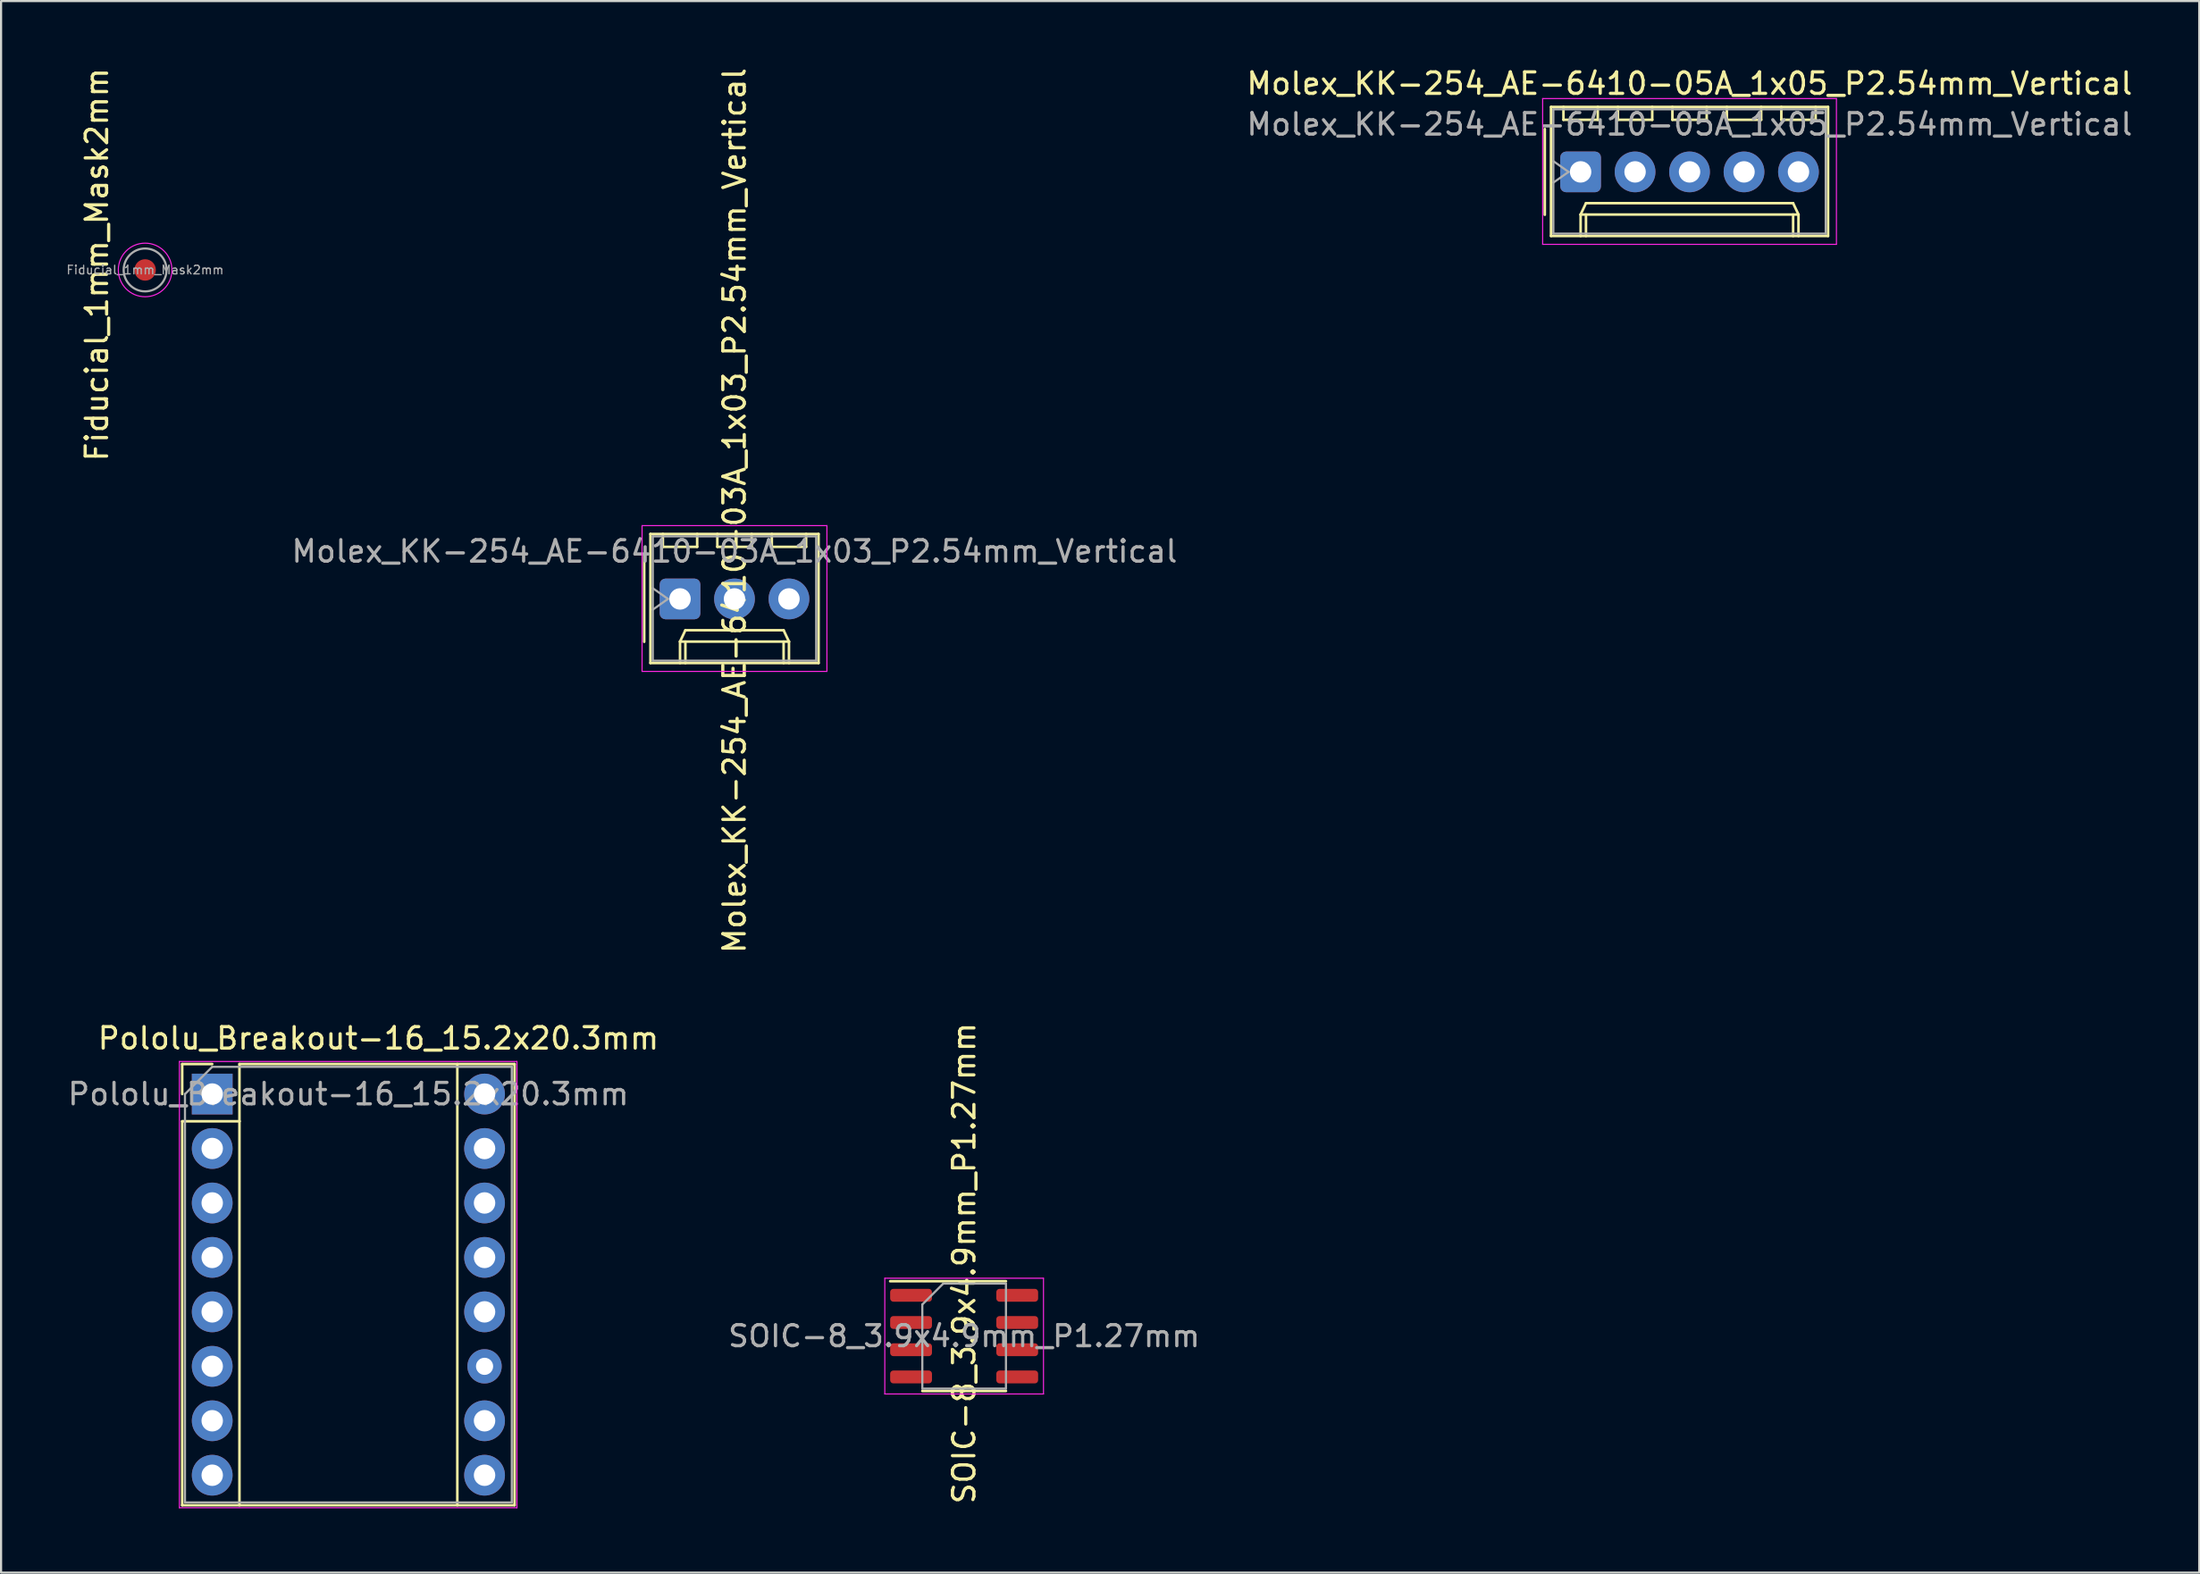
<source format=kicad_pcb>
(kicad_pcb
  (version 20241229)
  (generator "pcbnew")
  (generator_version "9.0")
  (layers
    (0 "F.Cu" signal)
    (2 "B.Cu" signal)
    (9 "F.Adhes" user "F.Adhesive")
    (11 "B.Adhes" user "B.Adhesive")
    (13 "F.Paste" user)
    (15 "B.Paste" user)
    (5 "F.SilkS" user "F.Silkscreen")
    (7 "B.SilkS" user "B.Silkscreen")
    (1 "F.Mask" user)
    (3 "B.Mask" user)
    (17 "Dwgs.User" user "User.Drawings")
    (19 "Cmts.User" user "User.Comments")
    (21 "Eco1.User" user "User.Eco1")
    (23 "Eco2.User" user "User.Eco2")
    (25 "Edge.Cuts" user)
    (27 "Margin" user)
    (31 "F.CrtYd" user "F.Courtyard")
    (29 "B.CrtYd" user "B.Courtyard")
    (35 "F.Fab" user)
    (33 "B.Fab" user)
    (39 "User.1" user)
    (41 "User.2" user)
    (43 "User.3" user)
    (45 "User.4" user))
  (footprint "SOIC-8_3.9x4.9mm_P1.27mm"
    (layer "F.Cu")
    (at 41.91 59.275)
    (property "Reference" "SOIC-8_3.9x4.9mm_P1.27mm" (at 0 -3.4 270) (layer "F.SilkS") (effects (font (size 1 1) (thickness 0.15))))
    (attr smd)
    (fp_line (start 0 -2.56) (end -3.45 -2.56) (stroke (width 0.12) (type solid)) (layer "F.SilkS"))
    (fp_line (start 0 -2.56) (end 1.95 -2.56) (stroke (width 0.12) (type solid)) (layer "F.SilkS"))
    (fp_line (start 0 2.56) (end -1.95 2.56) (stroke (width 0.12) (type solid)) (layer "F.SilkS"))
    (fp_line (start 0 2.56) (end 1.95 2.56) (stroke (width 0.12) (type solid)) (layer "F.SilkS"))
    (fp_line (start -3.7 -2.7) (end -3.7 2.7) (stroke (width 0.05) (type solid)) (layer "F.CrtYd"))
    (fp_line (start -3.7 2.7) (end 3.7 2.7) (stroke (width 0.05) (type solid)) (layer "F.CrtYd"))
    (fp_line (start 3.7 -2.7) (end -3.7 -2.7) (stroke (width 0.05) (type solid)) (layer "F.CrtYd"))
    (fp_line (start 3.7 2.7) (end 3.7 -2.7) (stroke (width 0.05) (type solid)) (layer "F.CrtYd"))
    (fp_line (start -1.95 -1.475) (end -0.975 -2.45) (stroke (width 0.1) (type solid)) (layer "F.Fab"))
    (fp_line (start -1.95 2.45) (end -1.95 -1.475) (stroke (width 0.1) (type solid)) (layer "F.Fab"))
    (fp_line (start -0.975 -2.45) (end 1.95 -2.45) (stroke (width 0.1) (type solid)) (layer "F.Fab"))
    (fp_line (start 1.95 -2.45) (end 1.95 2.45) (stroke (width 0.1) (type solid)) (layer "F.Fab"))
    (fp_line (start 1.95 2.45) (end -1.95 2.45) (stroke (width 0.1) (type solid)) (layer "F.Fab"))
    (fp_text user "${REFERENCE}" (at 0 0 0) (layer "F.Fab") (effects (font (size 0.98 0.98) (thickness 0.15))))
    (pad "1" smd roundrect (at -2.475 -1.905) (size 1.95 0.6) (layers "F.Cu" "F.Mask" "F.Paste") (roundrect_rratio 0.25))
    (pad "2" smd roundrect (at -2.475 -0.635) (size 1.95 0.6) (layers "F.Cu" "F.Mask" "F.Paste") (roundrect_rratio 0.25))
    (pad "3" smd roundrect (at -2.475 0.635) (size 1.95 0.6) (layers "F.Cu" "F.Mask" "F.Paste") (roundrect_rratio 0.25))
    (pad "4" smd roundrect (at -2.475 1.905) (size 1.95 0.6) (layers "F.Cu" "F.Mask" "F.Paste") (roundrect_rratio 0.25))
    (pad "5" smd roundrect (at 2.475 1.905) (size 1.95 0.6) (layers "F.Cu" "F.Mask" "F.Paste") (roundrect_rratio 0.25))
    (pad "6" smd roundrect (at 2.475 0.635) (size 1.95 0.6) (layers "F.Cu" "F.Mask" "F.Paste") (roundrect_rratio 0.25))
    (pad "7" smd roundrect (at 2.475 -0.635) (size 1.95 0.6) (layers "F.Cu" "F.Mask" "F.Paste") (roundrect_rratio 0.25))
    (pad "8" smd roundrect (at 2.475 -1.905) (size 1.95 0.6) (layers "F.Cu" "F.Mask" "F.Paste") (roundrect_rratio 0.25)))
  (footprint "Molex_KK-254_AE-6410-05A_1x05_P2.54mm_Vertical"
    (layer "F.Cu")
    (at 70.657 4.968)
    (property "Reference" "Molex_KK-254_AE-6410-05A_1x05_P2.54mm_Vertical" (at 5.08 -4.12 180) (layer "F.SilkS") (effects (font (size 1 1) (thickness 0.15))))
    (attr through_hole)
    (fp_line (start -1.67 -2) (end -1.67 2) (stroke (width 0.12) (type solid)) (layer "F.SilkS"))
    (fp_line (start -1.38 -3.03) (end -1.38 2.99) (stroke (width 0.12) (type solid)) (layer "F.SilkS"))
    (fp_line (start -1.38 2.99) (end 11.54 2.99) (stroke (width 0.12) (type solid)) (layer "F.SilkS"))
    (fp_line (start -0.8 -3.03) (end -0.8 -2.43) (stroke (width 0.12) (type solid)) (layer "F.SilkS"))
    (fp_line (start -0.8 -2.43) (end 0.8 -2.43) (stroke (width 0.12) (type solid)) (layer "F.SilkS"))
    (fp_line (start 0 1.99) (end 0.25 1.46) (stroke (width 0.12) (type solid)) (layer "F.SilkS"))
    (fp_line (start 0 1.99) (end 10.16 1.99) (stroke (width 0.12) (type solid)) (layer "F.SilkS"))
    (fp_line (start 0 2.99) (end 0 1.99) (stroke (width 0.12) (type solid)) (layer "F.SilkS"))
    (fp_line (start 0.25 1.46) (end 9.91 1.46) (stroke (width 0.12) (type solid)) (layer "F.SilkS"))
    (fp_line (start 0.25 2.99) (end 0.25 1.99) (stroke (width 0.12) (type solid)) (layer "F.SilkS"))
    (fp_line (start 0.8 -2.43) (end 0.8 -3.03) (stroke (width 0.12) (type solid)) (layer "F.SilkS"))
    (fp_line (start 1.74 -3.03) (end 1.74 -2.43) (stroke (width 0.12) (type solid)) (layer "F.SilkS"))
    (fp_line (start 1.74 -2.43) (end 3.34 -2.43) (stroke (width 0.12) (type solid)) (layer "F.SilkS"))
    (fp_line (start 3.34 -2.43) (end 3.34 -3.03) (stroke (width 0.12) (type solid)) (layer "F.SilkS"))
    (fp_line (start 4.28 -3.03) (end 4.28 -2.43) (stroke (width 0.12) (type solid)) (layer "F.SilkS"))
    (fp_line (start 4.28 -2.43) (end 5.88 -2.43) (stroke (width 0.12) (type solid)) (layer "F.SilkS"))
    (fp_line (start 5.88 -2.43) (end 5.88 -3.03) (stroke (width 0.12) (type solid)) (layer "F.SilkS"))
    (fp_line (start 6.82 -3.03) (end 6.82 -2.43) (stroke (width 0.12) (type solid)) (layer "F.SilkS"))
    (fp_line (start 6.82 -2.43) (end 8.42 -2.43) (stroke (width 0.12) (type solid)) (layer "F.SilkS"))
    (fp_line (start 8.42 -2.43) (end 8.42 -3.03) (stroke (width 0.12) (type solid)) (layer "F.SilkS"))
    (fp_line (start 9.36 -3.03) (end 9.36 -2.43) (stroke (width 0.12) (type solid)) (layer "F.SilkS"))
    (fp_line (start 9.36 -2.43) (end 10.96 -2.43) (stroke (width 0.12) (type solid)) (layer "F.SilkS"))
    (fp_line (start 9.91 1.46) (end 10.16 1.99) (stroke (width 0.12) (type solid)) (layer "F.SilkS"))
    (fp_line (start 9.91 2.99) (end 9.91 1.99) (stroke (width 0.12) (type solid)) (layer "F.SilkS"))
    (fp_line (start 10.16 1.99) (end 10.16 2.99) (stroke (width 0.12) (type solid)) (layer "F.SilkS"))
    (fp_line (start 10.96 -2.43) (end 10.96 -3.03) (stroke (width 0.12) (type solid)) (layer "F.SilkS"))
    (fp_line (start 11.54 -3.03) (end -1.38 -3.03) (stroke (width 0.12) (type solid)) (layer "F.SilkS"))
    (fp_line (start 11.54 2.99) (end 11.54 -3.03) (stroke (width 0.12) (type solid)) (layer "F.SilkS"))
    (fp_line (start -1.77 -3.42) (end -1.77 3.38) (stroke (width 0.05) (type solid)) (layer "F.CrtYd"))
    (fp_line (start -1.77 3.38) (end 11.93 3.38) (stroke (width 0.05) (type solid)) (layer "F.CrtYd"))
    (fp_line (start 11.93 -3.42) (end -1.77 -3.42) (stroke (width 0.05) (type solid)) (layer "F.CrtYd"))
    (fp_line (start 11.93 3.38) (end 11.93 -3.42) (stroke (width 0.05) (type solid)) (layer "F.CrtYd"))
    (fp_line (start -1.27 -2.92) (end -1.27 2.88) (stroke (width 0.1) (type solid)) (layer "F.Fab"))
    (fp_line (start -1.27 -0.5) (end -0.563 0) (stroke (width 0.1) (type solid)) (layer "F.Fab"))
    (fp_line (start -1.27 2.88) (end 11.43 2.88) (stroke (width 0.1) (type solid)) (layer "F.Fab"))
    (fp_line (start -0.563 0) (end -1.27 0.5) (stroke (width 0.1) (type solid)) (layer "F.Fab"))
    (fp_line (start 11.43 -2.92) (end -1.27 -2.92) (stroke (width 0.1) (type solid)) (layer "F.Fab"))
    (fp_line (start 11.43 2.88) (end 11.43 -2.92) (stroke (width 0.1) (type solid)) (layer "F.Fab"))
    (fp_text user "${REFERENCE}" (at 5.08 -2.22 180) (layer "F.Fab") (effects (font (size 1 1) (thickness 0.15))))
    (pad "1" thru_hole roundrect (at 0 0) (size 1.9 1.9) (drill 1) (layers "*.Cu" "*.Mask") (roundrect_rratio 0.144))
    (pad "2" thru_hole oval (at 2.54 0) (size 1.9 1.9) (drill 1) (layers "*.Cu" "*.Mask"))
    (pad "3" thru_hole oval (at 5.08 0) (size 1.9 1.9) (drill 1) (layers "*.Cu" "*.Mask"))
    (pad "4" thru_hole oval (at 7.62 0) (size 1.9 1.9) (drill 1) (layers "*.Cu" "*.Mask"))
    (pad "5" thru_hole oval (at 10.16 0) (size 1.9 1.9) (drill 1) (layers "*.Cu" "*.Mask")))
  (footprint "Fiducial_1mm_Mask2mm"
    (layer "F.Cu")
    (at 3.717 9.542)
    (property "Reference" "Fiducial_1mm_Mask2mm" (at -2.25 -0.25 90) (layer "F.SilkS") (effects (font (size 1 1) (thickness 0.15))))
    (attr smd)
    (fp_circle (center 0 0) (end 1.25 0) (stroke (width 0.05) (type solid)) (fill no) (layer "F.CrtYd"))
    (fp_circle (center 0 0) (end 1 0) (stroke (width 0.1) (type solid)) (fill no) (layer "F.Fab"))
    (fp_text user "${REFERENCE}" (at 0 0 0) (layer "F.Fab") (effects (font (size 0.4 0.4) (thickness 0.06))))
    (pad "" smd circle (at 0 0) (size 1 1) (layers "F.Cu" "F.Mask")))
  (footprint "Molex_KK-254_AE-6410-03A_1x03_P2.54mm_Vertical"
    (layer "F.Cu")
    (at 28.661 24.888)
    (property "Reference" "Molex_KK-254_AE-6410-03A_1x03_P2.54mm_Vertical" (at 2.54 -4.12 90) (layer "F.SilkS") (effects (font (size 1 1) (thickness 0.15))))
    (attr through_hole)
    (fp_line (start -1.67 -2) (end -1.67 2) (stroke (width 0.12) (type solid)) (layer "F.SilkS"))
    (fp_line (start -1.38 -3.03) (end -1.38 2.99) (stroke (width 0.12) (type solid)) (layer "F.SilkS"))
    (fp_line (start -1.38 2.99) (end 6.46 2.99) (stroke (width 0.12) (type solid)) (layer "F.SilkS"))
    (fp_line (start -0.8 -3.03) (end -0.8 -2.43) (stroke (width 0.12) (type solid)) (layer "F.SilkS"))
    (fp_line (start -0.8 -2.43) (end 0.8 -2.43) (stroke (width 0.12) (type solid)) (layer "F.SilkS"))
    (fp_line (start 0 1.99) (end 0.25 1.46) (stroke (width 0.12) (type solid)) (layer "F.SilkS"))
    (fp_line (start 0 1.99) (end 5.08 1.99) (stroke (width 0.12) (type solid)) (layer "F.SilkS"))
    (fp_line (start 0 2.99) (end 0 1.99) (stroke (width 0.12) (type solid)) (layer "F.SilkS"))
    (fp_line (start 0.25 1.46) (end 4.83 1.46) (stroke (width 0.12) (type solid)) (layer "F.SilkS"))
    (fp_line (start 0.25 2.99) (end 0.25 1.99) (stroke (width 0.12) (type solid)) (layer "F.SilkS"))
    (fp_line (start 0.8 -2.43) (end 0.8 -3.03) (stroke (width 0.12) (type solid)) (layer "F.SilkS"))
    (fp_line (start 1.74 -3.03) (end 1.74 -2.43) (stroke (width 0.12) (type solid)) (layer "F.SilkS"))
    (fp_line (start 1.74 -2.43) (end 3.34 -2.43) (stroke (width 0.12) (type solid)) (layer "F.SilkS"))
    (fp_line (start 3.34 -2.43) (end 3.34 -3.03) (stroke (width 0.12) (type solid)) (layer "F.SilkS"))
    (fp_line (start 4.28 -3.03) (end 4.28 -2.43) (stroke (width 0.12) (type solid)) (layer "F.SilkS"))
    (fp_line (start 4.28 -2.43) (end 5.88 -2.43) (stroke (width 0.12) (type solid)) (layer "F.SilkS"))
    (fp_line (start 4.83 1.46) (end 5.08 1.99) (stroke (width 0.12) (type solid)) (layer "F.SilkS"))
    (fp_line (start 4.83 2.99) (end 4.83 1.99) (stroke (width 0.12) (type solid)) (layer "F.SilkS"))
    (fp_line (start 5.08 1.99) (end 5.08 2.99) (stroke (width 0.12) (type solid)) (layer "F.SilkS"))
    (fp_line (start 5.88 -2.43) (end 5.88 -3.03) (stroke (width 0.12) (type solid)) (layer "F.SilkS"))
    (fp_line (start 6.46 -3.03) (end -1.38 -3.03) (stroke (width 0.12) (type solid)) (layer "F.SilkS"))
    (fp_line (start 6.46 2.99) (end 6.46 -3.03) (stroke (width 0.12) (type solid)) (layer "F.SilkS"))
    (fp_line (start -1.77 -3.42) (end -1.77 3.38) (stroke (width 0.05) (type solid)) (layer "F.CrtYd"))
    (fp_line (start -1.77 3.38) (end 6.85 3.38) (stroke (width 0.05) (type solid)) (layer "F.CrtYd"))
    (fp_line (start 6.85 -3.42) (end -1.77 -3.42) (stroke (width 0.05) (type solid)) (layer "F.CrtYd"))
    (fp_line (start 6.85 3.38) (end 6.85 -3.42) (stroke (width 0.05) (type solid)) (layer "F.CrtYd"))
    (fp_line (start -1.27 -2.92) (end -1.27 2.88) (stroke (width 0.1) (type solid)) (layer "F.Fab"))
    (fp_line (start -1.27 -0.5) (end -0.563 0) (stroke (width 0.1) (type solid)) (layer "F.Fab"))
    (fp_line (start -1.27 2.88) (end 6.35 2.88) (stroke (width 0.1) (type solid)) (layer "F.Fab"))
    (fp_line (start -0.563 0) (end -1.27 0.5) (stroke (width 0.1) (type solid)) (layer "F.Fab"))
    (fp_line (start 6.35 -2.92) (end -1.27 -2.92) (stroke (width 0.1) (type solid)) (layer "F.Fab"))
    (fp_line (start 6.35 2.88) (end 6.35 -2.92) (stroke (width 0.1) (type solid)) (layer "F.Fab"))
    (fp_text user "${REFERENCE}" (at 2.54 -2.22 0) (layer "F.Fab") (effects (font (size 1 1) (thickness 0.15))))
    (pad "1" thru_hole roundrect (at 0 0) (size 1.9 1.9) (drill 1) (layers "*.Cu" "*.Mask") (roundrect_rratio 0.144))
    (pad "2" thru_hole oval (at 2.54 0) (size 1.9 1.9) (drill 1) (layers "*.Cu" "*.Mask"))
    (pad "3" thru_hole oval (at 5.08 0) (size 1.9 1.9) (drill 1) (layers "*.Cu" "*.Mask")))
  (footprint "Pololu_Breakout-16_15.2x20.3mm"
    (layer "F.Cu")
    (at 6.846 47.984)
    (property "Reference" "Pololu_Breakout-16_15.2x20.3mm" (at 7.75 -2.6 0) (layer "F.SilkS") (effects (font (size 1 1) (thickness 0.15))))
    (attr through_hole)
    (fp_line (start -1.4 -1.4) (end -1.4 0) (stroke (width 0.12) (type solid)) (layer "F.SilkS"))
    (fp_line (start -1.4 1.27) (end -1.4 19.18) (stroke (width 0.12) (type solid)) (layer "F.SilkS"))
    (fp_line (start -1.4 19.18) (end 14.1 19.18) (stroke (width 0.12) (type solid)) (layer "F.SilkS"))
    (fp_line (start 0 -1.4) (end -1.4 -1.4) (stroke (width 0.12) (type solid)) (layer "F.SilkS"))
    (fp_line (start 1.27 -1.4) (end 1.27 1.27) (stroke (width 0.12) (type solid)) (layer "F.SilkS"))
    (fp_line (start 1.27 1.27) (end -1.4 1.27) (stroke (width 0.12) (type solid)) (layer "F.SilkS"))
    (fp_line (start 1.27 1.27) (end 1.27 19.18) (stroke (width 0.12) (type solid)) (layer "F.SilkS"))
    (fp_line (start 11.43 -1.4) (end 11.43 19.18) (stroke (width 0.12) (type solid)) (layer "F.SilkS"))
    (fp_line (start 14.1 -1.4) (end 1.27 -1.4) (stroke (width 0.12) (type solid)) (layer "F.SilkS"))
    (fp_line (start 14.1 19.18) (end 14.1 -1.4) (stroke (width 0.12) (type solid)) (layer "F.SilkS"))
    (fp_line (start -1.53 -1.52) (end -1.53 19.3) (stroke (width 0.05) (type solid)) (layer "F.CrtYd"))
    (fp_line (start -1.53 -1.52) (end 14.21 -1.52) (stroke (width 0.05) (type solid)) (layer "F.CrtYd"))
    (fp_line (start 14.21 19.3) (end -1.53 19.3) (stroke (width 0.05) (type solid)) (layer "F.CrtYd"))
    (fp_line (start 14.21 19.3) (end 14.21 -1.52) (stroke (width 0.05) (type solid)) (layer "F.CrtYd"))
    (fp_line (start -1.27 0) (end 0 -1.27) (stroke (width 0.1) (type solid)) (layer "F.Fab"))
    (fp_line (start -1.27 19.05) (end -1.27 0) (stroke (width 0.1) (type solid)) (layer "F.Fab"))
    (fp_line (start 0 -1.27) (end 13.97 -1.27) (stroke (width 0.1) (type solid)) (layer "F.Fab"))
    (fp_line (start 13.97 -1.27) (end 13.97 19.05) (stroke (width 0.1) (type solid)) (layer "F.Fab"))
    (fp_line (start 13.97 19.05) (end -1.27 19.05) (stroke (width 0.1) (type solid)) (layer "F.Fab"))
    (fp_text user "${REFERENCE}" (at 6.35 0 0) (layer "F.Fab") (effects (font (size 1 1) (thickness 0.15))))
    (pad "1" thru_hole rect (at 0 0) (size 1.9 1.9) (drill 1) (layers "*.Cu" "*.Mask"))
    (pad "2" thru_hole oval (at 0 2.54) (size 1.9 1.9) (drill 1) (layers "*.Cu" "*.Mask"))
    (pad "3" thru_hole oval (at 0 5.08) (size 1.9 1.9) (drill 1) (layers "*.Cu" "*.Mask"))
    (pad "4" thru_hole oval (at 0 7.62) (size 1.9 1.9) (drill 1) (layers "*.Cu" "*.Mask"))
    (pad "5" thru_hole oval (at 0 10.16) (size 1.9 1.9) (drill 1) (layers "*.Cu" "*.Mask"))
    (pad "6" thru_hole oval (at 0 12.7) (size 1.9 1.9) (drill 1) (layers "*.Cu" "*.Mask"))
    (pad "7" thru_hole oval (at 0 15.24) (size 1.9 1.9) (drill 1) (layers "*.Cu" "*.Mask"))
    (pad "8" thru_hole oval (at 0 17.78) (size 1.9 1.9) (drill 1) (layers "*.Cu" "*.Mask"))
    (pad "9" thru_hole oval (at 12.7 17.78) (size 1.9 1.9) (drill 1) (layers "*.Cu" "*.Mask"))
    (pad "10" thru_hole oval (at 12.7 15.24) (size 1.9 1.9) (drill 1) (layers "*.Cu" "*.Mask"))
    (pad "11" thru_hole oval (at 12.7 12.7) (size 1.6 1.6) (drill 0.8) (layers "*.Cu" "*.Mask"))
    (pad "12" thru_hole oval (at 12.7 10.16) (size 1.9 1.9) (drill 1) (layers "*.Cu" "*.Mask"))
    (pad "13" thru_hole oval (at 12.7 7.62) (size 1.9 1.9) (drill 1) (layers "*.Cu" "*.Mask"))
    (pad "14" thru_hole oval (at 12.7 5.08) (size 1.9 1.9) (drill 1) (layers "*.Cu" "*.Mask"))
    (pad "15" thru_hole oval (at 12.7 2.54) (size 1.9 1.9) (drill 1) (layers "*.Cu" "*.Mask"))
    (pad "16" thru_hole oval (at 12.7 0) (size 1.9 1.9) (drill 1) (layers "*.Cu" "*.Mask")))
  (gr_rect
    (start -3 -3)
    (end 99.505 70.309)
    (stroke (width 0.1) (type default))
    (fill no)
    (layer "Edge.Cuts")))
</source>
